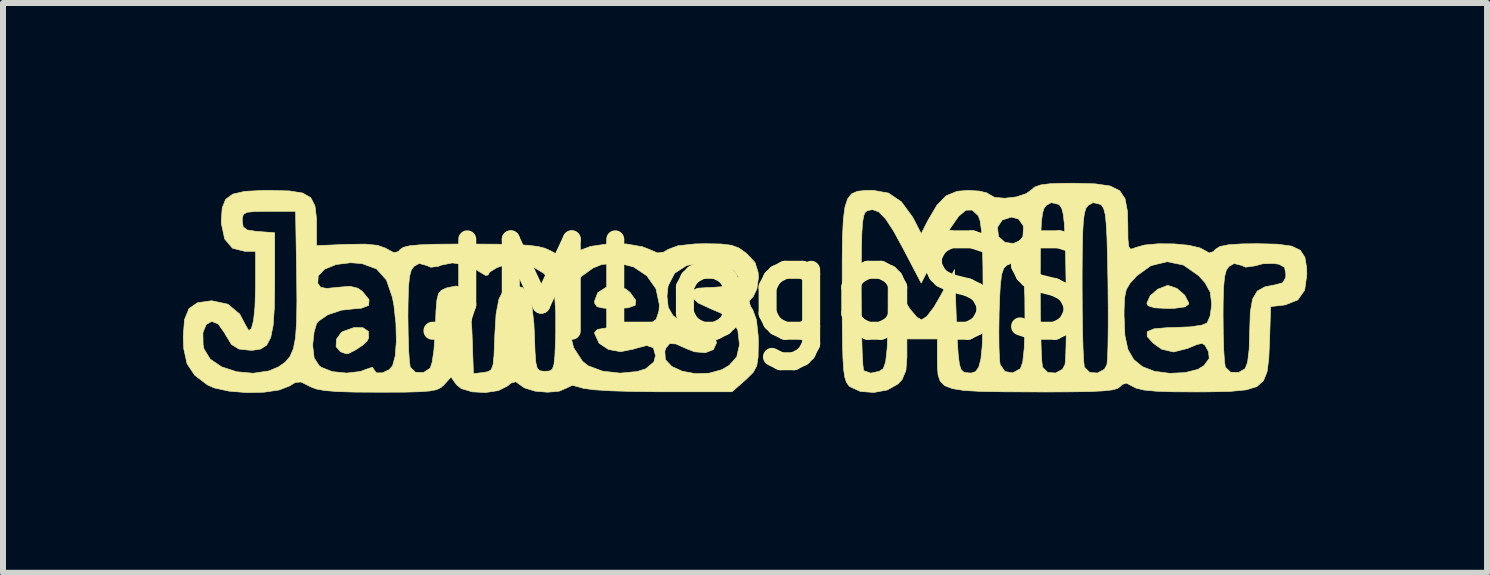
<source format=kicad_pcb>
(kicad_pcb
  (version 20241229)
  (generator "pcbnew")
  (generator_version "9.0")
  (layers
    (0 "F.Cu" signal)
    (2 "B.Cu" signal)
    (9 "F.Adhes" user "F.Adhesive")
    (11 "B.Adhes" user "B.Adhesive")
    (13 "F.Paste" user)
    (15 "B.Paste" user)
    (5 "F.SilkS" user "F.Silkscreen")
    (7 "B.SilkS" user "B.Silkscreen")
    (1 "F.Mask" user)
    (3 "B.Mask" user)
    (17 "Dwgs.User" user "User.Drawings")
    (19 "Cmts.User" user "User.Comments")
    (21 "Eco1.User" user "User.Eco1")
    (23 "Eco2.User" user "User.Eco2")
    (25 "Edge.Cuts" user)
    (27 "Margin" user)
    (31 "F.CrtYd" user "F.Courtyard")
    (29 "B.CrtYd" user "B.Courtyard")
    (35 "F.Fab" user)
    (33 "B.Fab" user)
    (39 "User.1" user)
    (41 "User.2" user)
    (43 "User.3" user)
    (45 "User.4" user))
  (footprint "JMLogoSS"
    (layer "F.Cu")
    (at 9.53 1.775)
    (property "Reference" "JMLogoSS" (at 0 0 0) (layer "F.SilkS") (effects (font (size 1.524 1.524) (thickness 0.3))))
    (attr through_hole)
    (fp_poly (pts (xy -2.148 -0.007) (xy -2.074 0.053) (xy -1.98 0.183) (xy -1.99 0.265) (xy -2.109 0.307) (xy -2.318 0.318) (xy -2.52 0.312) (xy -2.625 0.288) (xy -2.664 0.235) (xy -2.667 0.193) (xy -2.614 0.055) (xy -2.482 -0.031) (xy -2.313 -0.055) (xy -2.148 -0.007)) (stroke (width 0.01) (type solid)) (fill yes) (layer "F.SilkS"))
    (fp_poly (pts (xy 7.042 -0.016) (xy 7.171 0.096) (xy 7.238 0.225) (xy 7.239 0.243) (xy 7.178 0.291) (xy 7.002 0.315) (xy 6.89 0.318) (xy 6.671 0.307) (xy 6.561 0.272) (xy 6.54 0.232) (xy 6.594 0.109) (xy 6.721 -0.003) (xy 6.873 -0.062) (xy 6.901 -0.064) (xy 7.042 -0.016)) (stroke (width 0.01) (type solid)) (fill yes) (layer "F.SilkS"))
    (fp_poly (pts (xy -6.528 0.639) (xy -6.438 0.7) (xy -6.433 0.809) (xy -6.462 0.864) (xy -6.539 0.934) (xy -6.661 1.014) (xy -6.77 1.068) (xy -6.806 1.074) (xy -6.875 1.05) (xy -6.906 1.037) (xy -6.977 0.954) (xy -6.97 0.83) (xy -6.891 0.719) (xy -6.862 0.701) (xy -6.678 0.636) (xy -6.528 0.639)) (stroke (width 0.01) (type solid)) (fill yes) (layer "F.SilkS"))
    (fp_poly (pts (xy 5.68 -1.76) (xy 5.928 -1.724) (xy 6.087 -1.646) (xy 6.177 -1.511) (xy 6.216 -1.304) (xy 6.223 -1.066) (xy 6.225 -0.839) (xy 6.238 -0.715) (xy 6.268 -0.671) (xy 6.324 -0.685) (xy 6.346 -0.696) (xy 6.502 -0.74) (xy 6.733 -0.761) (xy 6.993 -0.759) (xy 7.238 -0.736) (xy 7.421 -0.693) (xy 7.472 -0.668) (xy 7.58 -0.608) (xy 7.651 -0.631) (xy 7.684 -0.668) (xy 7.758 -0.715) (xy 7.9 -0.744) (xy 8.13 -0.759) (xy 8.38 -0.762) (xy 8.72 -0.754) (xy 8.952 -0.722) (xy 9.098 -0.653) (xy 9.175 -0.535) (xy 9.205 -0.356) (xy 9.207 -0.243) (xy 9.171 0.013) (xy 9.056 0.175) (xy 8.851 0.257) (xy 8.795 0.265) (xy 8.604 0.286) (xy 8.586 0.856) (xy 8.573 1.153) (xy 8.545 1.371) (xy 8.484 1.523) (xy 8.374 1.62) (xy 8.196 1.675) (xy 7.934 1.7) (xy 7.569 1.708) (xy 7.379 1.709) (xy 6.982 1.707) (xy 6.693 1.697) (xy 6.493 1.678) (xy 6.365 1.647) (xy 6.312 1.621) (xy 6.199 1.562) (xy 6.127 1.586) (xy 6.094 1.621) (xy 6.048 1.653) (xy 5.958 1.676) (xy 5.809 1.692) (xy 5.585 1.703) (xy 5.271 1.708) (xy 4.853 1.71) (xy 4.644 1.709) (xy 4.154 1.707) (xy 3.776 1.701) (xy 3.495 1.685) (xy 3.298 1.654) (xy 3.17 1.605) (xy 3.095 1.531) (xy 3.06 1.428) (xy 3.049 1.29) (xy 3.048 1.165) (xy 3.048 0.826) (xy 2.54 0.826) (xy 2.54 1.132) (xy 2.523 1.353) (xy 2.46 1.502) (xy 2.393 1.576) (xy 2.215 1.676) (xy 1.989 1.718) (xy 1.764 1.701) (xy 1.59 1.622) (xy 1.566 1.598) (xy 1.531 1.547) (xy 1.505 1.466) (xy 1.486 1.341) (xy 1.474 1.155) (xy 1.466 0.892) (xy 1.462 0.536) (xy 1.461 0.071) (xy 1.46 0.021) (xy 1.461 0.019) (xy 1.778 0.019) (xy 1.78 0.412) (xy 1.786 0.761) (xy 1.794 1.047) (xy 1.805 1.249) (xy 1.817 1.349) (xy 1.82 1.355) (xy 1.937 1.396) (xy 2.081 1.365) (xy 2.146 1.321) (xy 2.185 1.212) (xy 2.211 0.979) (xy 2.224 0.621) (xy 2.225 0.479) (xy 2.227 -0.286) (xy 2.453 0.111) (xy 2.591 0.328) (xy 2.709 0.466) (xy 2.784 0.507) (xy 2.872 0.451) (xy 2.993 0.292) (xy 3.111 0.088) (xy 3.334 -0.331) (xy 3.365 0.516) (xy 3.38 0.862) (xy 3.396 1.101) (xy 3.416 1.253) (xy 3.444 1.338) (xy 3.484 1.377) (xy 3.511 1.386) (xy 3.61 1.395) (xy 3.684 1.371) (xy 3.737 1.298) (xy 3.773 1.162) (xy 3.795 0.948) (xy 3.804 0.692) (xy 4.073 0.692) (xy 4.075 0.961) (xy 4.083 1.162) (xy 4.094 1.254) (xy 4.174 1.369) (xy 4.304 1.392) (xy 4.432 1.321) (xy 4.471 1.213) (xy 4.496 0.98) (xy 4.508 0.622) (xy 4.508 0.471) (xy 4.506 0.13) (xy 4.497 -0.061) (xy 4.763 -0.061) (xy 4.764 0.331) (xy 4.77 0.684) (xy 4.778 0.975) (xy 4.788 1.185) (xy 4.8 1.292) (xy 4.801 1.297) (xy 4.889 1.385) (xy 5.018 1.394) (xy 5.133 1.332) (xy 5.176 1.254) (xy 5.186 1.148) (xy 5.193 0.937) (xy 5.197 0.644) (xy 5.197 0.291) (xy 5.194 -0.061) (xy 5.461 -0.061) (xy 5.463 0.331) (xy 5.468 0.684) (xy 5.476 0.975) (xy 5.486 1.185) (xy 5.498 1.292) (xy 5.5 1.297) (xy 5.588 1.385) (xy 5.716 1.394) (xy 5.832 1.332) (xy 5.875 1.254) (xy 5.885 1.148) (xy 5.892 0.937) (xy 5.896 0.644) (xy 5.896 0.435) (xy 6.16 0.435) (xy 6.174 0.768) (xy 6.225 1.003) (xy 6.321 1.169) (xy 6.466 1.288) (xy 6.668 1.366) (xy 6.921 1.399) (xy 7.177 1.387) (xy 7.392 1.333) (xy 7.494 1.269) (xy 7.58 1.151) (xy 7.569 1.041) (xy 7.556 1.015) (xy 7.508 0.929) (xy 7.459 0.899) (xy 7.37 0.921) (xy 7.219 0.984) (xy 6.985 1.043) (xy 6.787 0.996) (xy 6.652 0.901) (xy 6.546 0.785) (xy 6.546 0.705) (xy 6.659 0.657) (xy 6.889 0.637) (xy 7.004 0.635) (xy 7.267 0.624) (xy 7.459 0.595) (xy 7.544 0.559) (xy 7.593 0.449) (xy 7.594 0.447) (xy 7.811 0.447) (xy 7.814 0.751) (xy 7.822 1.014) (xy 7.835 1.206) (xy 7.849 1.297) (xy 7.938 1.382) (xy 8.072 1.384) (xy 8.179 1.321) (xy 8.22 1.213) (xy 8.246 0.997) (xy 8.255 0.696) (xy 8.265 0.376) (xy 8.303 0.161) (xy 8.381 0.028) (xy 8.511 -0.044) (xy 8.668 -0.074) (xy 8.806 -0.11) (xy 8.855 -0.198) (xy 8.858 -0.254) (xy 8.836 -0.368) (xy 8.746 -0.419) (xy 8.653 -0.433) (xy 8.475 -0.428) (xy 8.34 -0.392) (xy 8.186 -0.371) (xy 8.121 -0.4) (xy 7.996 -0.432) (xy 7.911 -0.385) (xy 7.866 -0.324) (xy 7.837 -0.216) (xy 7.819 -0.037) (xy 7.812 0.234) (xy 7.811 0.447) (xy 7.594 0.447) (xy 7.619 0.275) (xy 7.62 0.235) (xy 7.597 0.046) (xy 7.509 -0.113) (xy 7.404 -0.229) (xy 7.151 -0.406) (xy 6.879 -0.462) (xy 6.608 -0.396) (xy 6.375 -0.229) (xy 6.262 -0.106) (xy 6.197 0.003) (xy 6.168 0.142) (xy 6.16 0.353) (xy 6.16 0.435) (xy 5.896 0.435) (xy 5.896 0.291) (xy 5.892 -0.1) (xy 5.892 -0.12) (xy 5.884 -0.552) (xy 5.875 -0.874) (xy 5.862 -1.103) (xy 5.845 -1.256) (xy 5.82 -1.35) (xy 5.788 -1.402) (xy 5.768 -1.418) (xy 5.643 -1.447) (xy 5.562 -1.401) (xy 5.526 -1.356) (xy 5.5 -1.275) (xy 5.482 -1.141) (xy 5.47 -0.938) (xy 5.464 -0.648) (xy 5.461 -0.255) (xy 5.461 -0.061) (xy 5.194 -0.061) (xy 5.194 -0.1) (xy 5.193 -0.12) (xy 5.186 -0.552) (xy 5.176 -0.874) (xy 5.164 -1.103) (xy 5.146 -1.256) (xy 5.122 -1.35) (xy 5.089 -1.402) (xy 5.069 -1.418) (xy 4.945 -1.447) (xy 4.863 -1.401) (xy 4.828 -1.356) (xy 4.802 -1.275) (xy 4.784 -1.141) (xy 4.772 -0.938) (xy 4.765 -0.648) (xy 4.763 -0.255) (xy 4.763 -0.061) (xy 4.497 -0.061) (xy 4.495 -0.105) (xy 4.474 -0.258) (xy 4.44 -0.348) (xy 4.408 -0.385) (xy 4.286 -0.435) (xy 4.202 -0.402) (xy 4.154 -0.351) (xy 4.12 -0.252) (xy 4.098 -0.084) (xy 4.084 0.175) (xy 4.077 0.388) (xy 4.073 0.692) (xy 3.804 0.692) (xy 3.806 0.641) (xy 3.81 0.226) (xy 3.81 0.068) (xy 3.807 -0.391) (xy 3.799 -0.737) (xy 3.784 -0.983) (xy 3.776 -1.035) (xy 4.049 -1.035) (xy 4.068 -0.881) (xy 4.072 -0.875) (xy 4.176 -0.784) (xy 4.315 -0.766) (xy 4.435 -0.819) (xy 4.474 -0.88) (xy 4.484 -1.056) (xy 4.402 -1.174) (xy 4.283 -1.206) (xy 4.129 -1.157) (xy 4.049 -1.035) (xy 3.776 -1.035) (xy 3.761 -1.142) (xy 3.729 -1.229) (xy 3.726 -1.233) (xy 3.628 -1.323) (xy 3.523 -1.321) (xy 3.402 -1.219) (xy 3.257 -1.011) (xy 3.088 -0.704) (xy 2.778 -0.106) (xy 2.484 -0.668) (xy 2.316 -0.976) (xy 2.182 -1.179) (xy 2.07 -1.293) (xy 1.967 -1.33) (xy 1.882 -1.314) (xy 1.846 -1.288) (xy 1.82 -1.229) (xy 1.801 -1.122) (xy 1.789 -0.949) (xy 1.782 -0.696) (xy 1.779 -0.344) (xy 1.778 0.019) (xy 1.461 0.019) (xy 1.461 -0.482) (xy 1.466 -0.873) (xy 1.48 -1.165) (xy 1.507 -1.373) (xy 1.552 -1.511) (xy 1.619 -1.594) (xy 1.713 -1.635) (xy 1.837 -1.649) (xy 1.977 -1.651) (xy 2.233 -1.606) (xy 2.447 -1.461) (xy 2.635 -1.206) (xy 2.683 -1.115) (xy 2.778 -0.929) (xy 2.889 -1.147) (xy 3.041 -1.405) (xy 3.194 -1.561) (xy 3.378 -1.636) (xy 3.563 -1.651) (xy 3.749 -1.639) (xy 3.877 -1.608) (xy 3.905 -1.588) (xy 4.003 -1.534) (xy 4.172 -1.52) (xy 4.364 -1.542) (xy 4.529 -1.597) (xy 4.6 -1.647) (xy 4.67 -1.706) (xy 4.77 -1.742) (xy 4.927 -1.762) (xy 5.169 -1.769) (xy 5.325 -1.77) (xy 5.68 -1.76)) (stroke (width 0.01) (type solid)) (fill yes) (layer "F.SilkS"))
    (fp_poly (pts (xy -7.757 -1.642) (xy -7.535 -1.607) (xy -7.399 -1.529) (xy -7.329 -1.394) (xy -7.304 -1.187) (xy -7.303 -1.075) (xy -7.303 -0.73) (xy -6.791 -0.751) (xy -6.491 -0.755) (xy -6.287 -0.735) (xy -6.151 -0.687) (xy -6.13 -0.674) (xy -6.013 -0.612) (xy -5.94 -0.63) (xy -5.905 -0.668) (xy -5.853 -0.702) (xy -5.752 -0.727) (xy -5.584 -0.743) (xy -5.334 -0.753) (xy -4.984 -0.756) (xy -4.708 -0.756) (xy -4.296 -0.754) (xy -3.989 -0.747) (xy -3.767 -0.735) (xy -3.61 -0.715) (xy -3.495 -0.686) (xy -3.402 -0.644) (xy -3.375 -0.629) (xy -3.232 -0.552) (xy -3.134 -0.541) (xy -3.018 -0.595) (xy -2.955 -0.634) (xy -2.735 -0.717) (xy -2.446 -0.759) (xy -2.14 -0.758) (xy -1.869 -0.711) (xy -1.756 -0.667) (xy -1.617 -0.608) (xy -1.517 -0.621) (xy -1.44 -0.667) (xy -1.276 -0.728) (xy -0.998 -0.758) (xy -0.816 -0.762) (xy -0.556 -0.757) (xy -0.384 -0.736) (xy -0.26 -0.69) (xy -0.145 -0.608) (xy -0.132 -0.598) (xy 0.007 -0.449) (xy 0.06 -0.282) (xy 0.064 -0.193) (xy 0.039 -0.01) (xy -0.021 0.116) (xy -0.031 0.126) (xy -0.091 0.198) (xy -0.067 0.283) (xy -0.031 0.338) (xy 0.031 0.507) (xy 0.061 0.779) (xy 0.063 0.897) (xy 0.059 1.128) (xy 0.036 1.275) (xy -0.021 1.381) (xy -0.127 1.487) (xy -0.157 1.514) (xy -0.377 1.707) (xy -1.56 1.707) (xy -2.015 1.702) (xy -2.392 1.691) (xy -2.677 1.673) (xy -2.855 1.649) (xy -2.897 1.636) (xy -3.039 1.598) (xy -3.126 1.64) (xy -3.254 1.696) (xy -3.449 1.714) (xy -3.66 1.696) (xy -3.833 1.643) (xy -3.884 1.609) (xy -3.981 1.539) (xy -4.06 1.561) (xy -4.117 1.609) (xy -4.272 1.687) (xy -4.485 1.719) (xy -4.706 1.708) (xy -4.89 1.653) (xy -4.971 1.587) (xy -5.06 1.46) (xy -5.175 1.587) (xy -5.229 1.636) (xy -5.301 1.671) (xy -5.412 1.693) (xy -5.584 1.706) (xy -5.837 1.713) (xy -6.192 1.714) (xy -6.271 1.714) (xy -6.668 1.712) (xy -6.959 1.703) (xy -7.165 1.686) (xy -7.308 1.66) (xy -7.409 1.621) (xy -7.428 1.61) (xy -7.56 1.544) (xy -7.654 1.55) (xy -7.753 1.61) (xy -7.926 1.677) (xy -8.18 1.714) (xy -8.473 1.72) (xy -8.762 1.696) (xy -9.006 1.643) (xy -9.121 1.593) (xy -9.334 1.43) (xy -9.461 1.24) (xy -9.517 0.986) (xy -9.525 0.789) (xy -9.52 0.72) (xy -9.197 0.72) (xy -9.194 0.921) (xy -9.179 0.993) (xy -9.076 1.162) (xy -8.884 1.292) (xy -8.634 1.373) (xy -8.36 1.398) (xy -8.095 1.359) (xy -7.934 1.29) (xy -7.825 1.213) (xy -7.745 1.119) (xy -7.688 0.988) (xy -7.68 0.945) (xy -7.366 0.945) (xy -7.342 1.145) (xy -7.259 1.271) (xy -7.225 1.298) (xy -7.04 1.371) (xy -6.8 1.395) (xy -6.57 1.368) (xy -6.473 1.331) (xy -6.372 1.298) (xy -6.35 1.331) (xy -6.305 1.391) (xy -6.203 1.391) (xy -6.092 1.339) (xy -6.035 1.274) (xy -5.991 1.112) (xy -5.972 0.864) (xy -5.979 0.571) (xy -5.993 0.447) (xy -5.779 0.447) (xy -5.775 0.751) (xy -5.767 1.014) (xy -5.754 1.206) (xy -5.74 1.297) (xy -5.652 1.382) (xy -5.52 1.386) (xy -5.408 1.314) (xy -5.376 1.217) (xy -5.347 1.026) (xy -5.327 0.775) (xy -5.321 0.633) (xy -5.311 0.354) (xy -5.296 0.176) (xy -5.27 0.072) (xy -5.223 0.016) (xy -5.149 -0.019) (xy -5.127 -0.027) (xy -4.974 -0.057) (xy -4.863 -0.016) (xy -4.787 0.11) (xy -4.739 0.334) (xy -4.713 0.668) (xy -4.709 0.768) (xy -4.687 1.404) (xy -4.518 1.385) (xy -4.44 1.371) (xy -4.39 1.337) (xy -4.36 1.257) (xy -4.344 1.106) (xy -4.334 0.86) (xy -4.331 0.764) (xy -4.309 0.407) (xy -4.262 0.162) (xy -4.185 0.012) (xy -4.073 -0.056) (xy -4 -0.064) (xy -3.868 -0.031) (xy -3.774 0.075) (xy -3.713 0.27) (xy -3.679 0.569) (xy -3.67 0.764) (xy -3.66 1.043) (xy -3.647 1.219) (xy -3.623 1.315) (xy -3.581 1.356) (xy -3.515 1.365) (xy -3.493 1.365) (xy -3.42 1.361) (xy -3.373 1.332) (xy -3.345 1.256) (xy -3.329 1.109) (xy -3.319 0.868) (xy -3.315 0.733) (xy -3.315 0.667) (xy -3.093 0.667) (xy -3.017 0.972) (xy -2.869 1.198) (xy -2.775 1.273) (xy -2.535 1.363) (xy -2.242 1.396) (xy -1.955 1.369) (xy -1.813 1.323) (xy -1.679 1.21) (xy -1.651 1.106) (xy -1.672 1.028) (xy -1.496 1.028) (xy -1.487 1.17) (xy -1.381 1.284) (xy -1.206 1.364) (xy -0.989 1.404) (xy -0.759 1.397) (xy -0.544 1.338) (xy -0.421 1.265) (xy -0.297 1.125) (xy -0.255 0.94) (xy -0.254 0.897) (xy -0.279 0.68) (xy -0.369 0.525) (xy -0.547 0.402) (xy -0.73 0.323) (xy -0.94 0.226) (xy -1.037 0.132) (xy -1.048 0.086) (xy -1.028 0.016) (xy -0.951 -0.02) (xy -0.785 -0.031) (xy -0.718 -0.032) (xy -0.503 -0.048) (xy -0.346 -0.09) (xy -0.306 -0.116) (xy -0.271 -0.213) (xy -0.341 -0.309) (xy -0.491 -0.388) (xy -0.699 -0.436) (xy -0.835 -0.445) (xy -1.13 -0.4) (xy -1.333 -0.27) (xy -1.442 -0.057) (xy -1.46 0.114) (xy -1.439 0.3) (xy -1.36 0.437) (xy -1.2 0.549) (xy -0.938 0.661) (xy -0.937 0.661) (xy -0.736 0.754) (xy -0.645 0.846) (xy -0.635 0.893) (xy -0.687 1.004) (xy -0.821 1.055) (xy -1.001 1.04) (xy -1.133 0.989) (xy -1.312 0.909) (xy -1.416 0.903) (xy -1.477 0.976) (xy -1.496 1.028) (xy -1.672 1.028) (xy -1.686 0.974) (xy -1.798 0.935) (xy -1.992 0.986) (xy -2.013 0.994) (xy -2.232 1.038) (xy -2.436 1.001) (xy -2.592 0.897) (xy -2.664 0.741) (xy -2.666 0.714) (xy -2.618 0.667) (xy -2.463 0.641) (xy -2.25 0.635) (xy -1.949 0.624) (xy -1.753 0.583) (xy -1.641 0.5) (xy -1.594 0.363) (xy -1.587 0.253) (xy -1.644 -0.012) (xy -1.795 -0.226) (xy -2.015 -0.374) (xy -2.275 -0.442) (xy -2.55 -0.415) (xy -2.694 -0.356) (xy -2.893 -0.213) (xy -3.015 -0.024) (xy -3.083 0.248) (xy -3.09 0.306) (xy -3.093 0.667) (xy -3.315 0.667) (xy -3.315 0.393) (xy -3.332 0.119) (xy -3.365 -0.061) (xy -3.372 -0.079) (xy -3.511 -0.266) (xy -3.727 -0.397) (xy -3.963 -0.445) (xy -4.13 -0.421) (xy -4.295 -0.363) (xy -4.414 -0.291) (xy -4.445 -0.239) (xy -4.487 -0.234) (xy -4.591 -0.297) (xy -4.612 -0.313) (xy -4.81 -0.41) (xy -5.038 -0.442) (xy -5.236 -0.402) (xy -5.265 -0.386) (xy -5.398 -0.369) (xy -5.466 -0.399) (xy -5.591 -0.433) (xy -5.678 -0.385) (xy -5.723 -0.324) (xy -5.752 -0.216) (xy -5.77 -0.037) (xy -5.777 0.234) (xy -5.779 0.447) (xy -5.993 0.447) (xy -6.012 0.27) (xy -6.038 0.131) (xy -6.138 -0.158) (xy -6.302 -0.341) (xy -6.542 -0.43) (xy -6.733 -0.445) (xy -6.977 -0.415) (xy -7.166 -0.338) (xy -7.275 -0.227) (xy -7.282 -0.101) (xy -7.234 -0.036) (xy -7.135 -0.016) (xy -6.951 -0.035) (xy -6.747 -0.052) (xy -6.614 -0.02) (xy -6.538 0.034) (xy -6.427 0.171) (xy -6.434 0.267) (xy -6.557 0.314) (xy -6.626 0.318) (xy -6.887 0.346) (xy -7.116 0.423) (xy -7.274 0.532) (xy -7.304 0.574) (xy -7.344 0.712) (xy -7.365 0.905) (xy -7.366 0.945) (xy -7.68 0.945) (xy -7.653 0.803) (xy -7.635 0.544) (xy -7.63 0.194) (xy -7.634 -0.223) (xy -7.652 -1.302) (xy -8.096 -1.302) (xy -8.328 -1.299) (xy -8.461 -1.286) (xy -8.523 -1.251) (xy -8.54 -1.185) (xy -8.541 -1.143) (xy -8.526 -1.042) (xy -8.459 -0.991) (xy -8.305 -0.967) (xy -8.271 -0.965) (xy -8.001 -0.945) (xy -8.001 -0.106) (xy -8.006 0.302) (xy -8.026 0.599) (xy -8.067 0.803) (xy -8.134 0.929) (xy -8.234 0.994) (xy -8.371 1.015) (xy -8.401 1.015) (xy -8.596 0.995) (xy -8.721 0.917) (xy -8.824 0.75) (xy -8.833 0.73) (xy -8.942 0.576) (xy -9.051 0.533) (xy -9.143 0.586) (xy -9.197 0.72) (xy -9.52 0.72) (xy -9.504 0.503) (xy -9.429 0.32) (xy -9.287 0.222) (xy -9.063 0.191) (xy -9.039 0.191) (xy -8.78 0.247) (xy -8.583 0.412) (xy -8.483 0.601) (xy -8.433 0.686) (xy -8.389 0.655) (xy -8.353 0.519) (xy -8.329 0.289) (xy -8.32 -0.024) (xy -8.319 -0.048) (xy -8.319 -0.635) (xy -8.499 -0.635) (xy -8.704 -0.687) (xy -8.834 -0.84) (xy -8.888 -1.093) (xy -8.89 -1.154) (xy -8.875 -1.361) (xy -8.818 -1.502) (xy -8.698 -1.589) (xy -8.497 -1.635) (xy -8.194 -1.65) (xy -8.085 -1.651) (xy -7.757 -1.642)) (stroke (width 0.01) (type solid)) (fill yes) (layer "F.SilkS")))
  (gr_rect
    (start -3 -3)
    (end 21.742 6.5)
    (stroke (width 0.1) (type default))
    (fill no)
    (layer "Edge.Cuts")))
</source>
